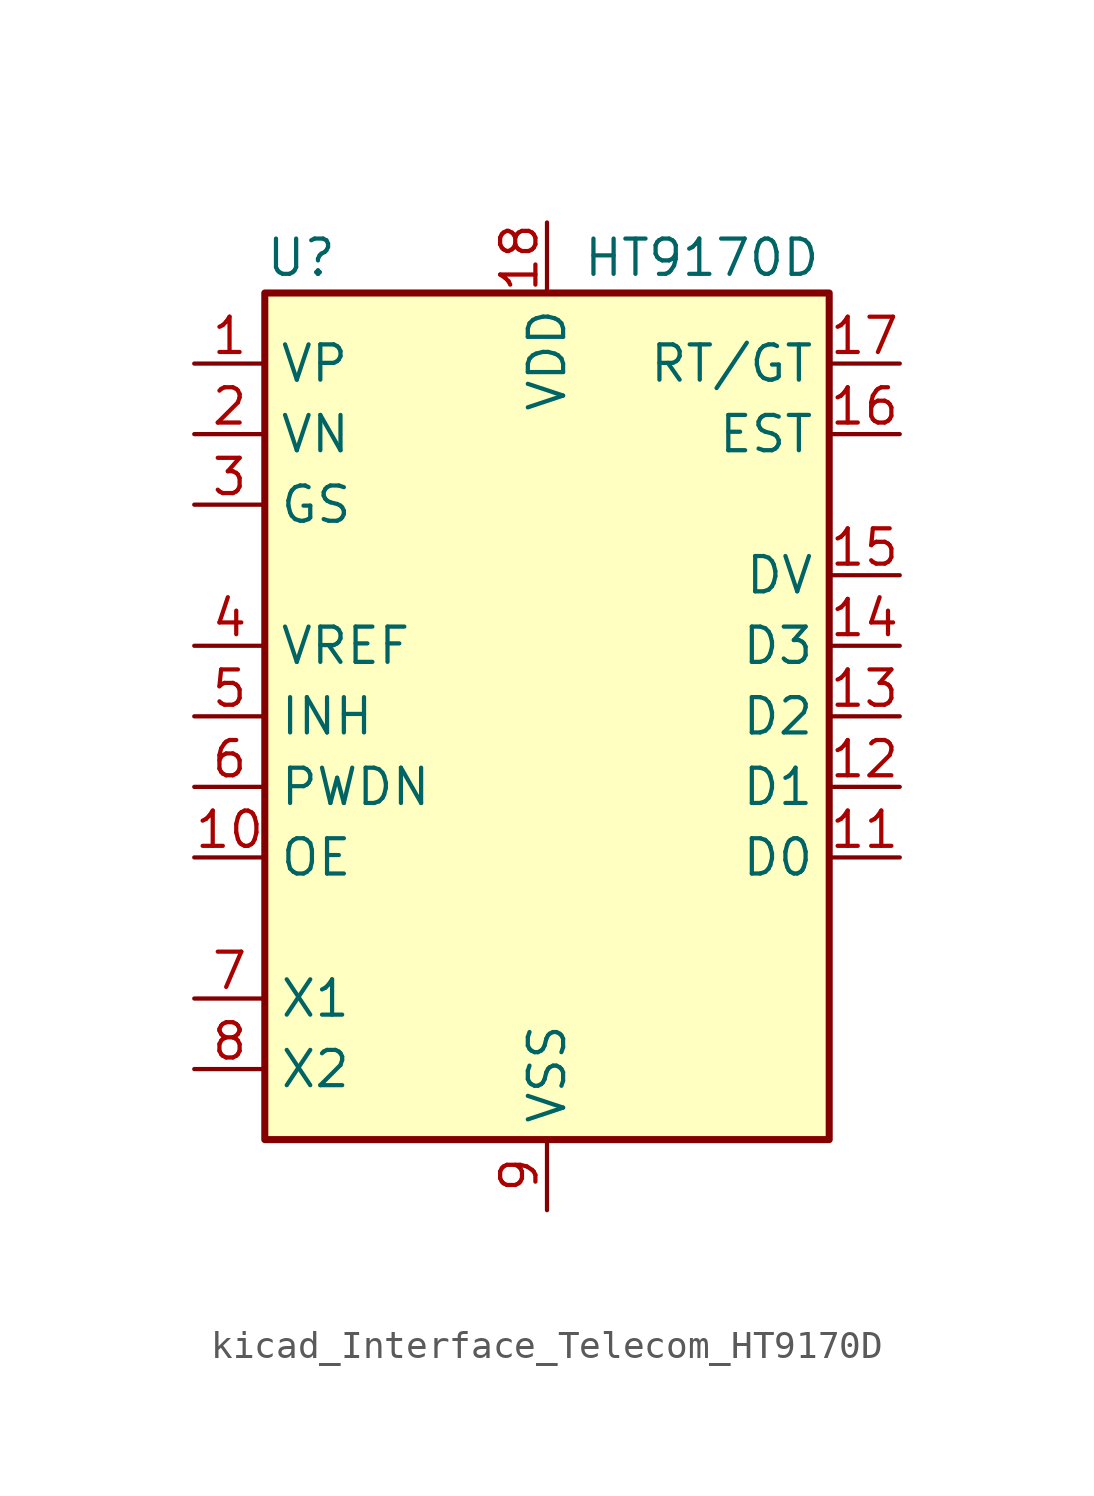
<source format=kicad_sym>
(kicad_symbol_lib
  (version 20220914)
  (generator kicad_symbol_editor)
  (symbol "kicad_Interface_Telecom_HT9170D"
    (property "Reference" "U"
      (at -10.16 16.51 0)
      (effects (font (size 1.27 1.27)) (justify left)))
    (property "Value" "HT9170D"
      (at 1.27 16.51 0)
      (effects (font (size 1.27 1.27)) (justify left)))
    (symbol "kicad_Interface_Telecom_HT9170D_0_1"
      (rectangle (start -10.16 15.24) (end 10.16 -15.24) (stroke (width 0.254) (type default)) (fill (type background))))
    (symbol "kicad_Interface_Telecom_HT9170D_1_1"
      (pin input line (at -12.7 12.7 0) (length 2.54) (name "VP" (effects (font (size 1.27 1.27)))) (number "1" (effects (font (size 1.27 1.27)))))
      (pin input line (at -12.7 -5.08 0) (length 2.54) (name "OE" (effects (font (size 1.27 1.27)))) (number "10" (effects (font (size 1.27 1.27)))))
      (pin tri_state line (at 12.7 -5.08 180) (length 2.54) (name "D0" (effects (font (size 1.27 1.27)))) (number "11" (effects (font (size 1.27 1.27)))))
      (pin tri_state line (at 12.7 -2.54 180) (length 2.54) (name "D1" (effects (font (size 1.27 1.27)))) (number "12" (effects (font (size 1.27 1.27)))))
      (pin tri_state line (at 12.7 0 180) (length 2.54) (name "D2" (effects (font (size 1.27 1.27)))) (number "13" (effects (font (size 1.27 1.27)))))
      (pin tri_state line (at 12.7 2.54 180) (length 2.54) (name "D3" (effects (font (size 1.27 1.27)))) (number "14" (effects (font (size 1.27 1.27)))))
      (pin output line (at 12.7 5.08 180) (length 2.54) (name "DV" (effects (font (size 1.27 1.27)))) (number "15" (effects (font (size 1.27 1.27)))))
      (pin output line (at 12.7 10.16 180) (length 2.54) (name "EST" (effects (font (size 1.27 1.27)))) (number "16" (effects (font (size 1.27 1.27)))))
      (pin bidirectional line (at 12.7 12.7 180) (length 2.54) (name "RT/GT" (effects (font (size 1.27 1.27)))) (number "17" (effects (font (size 1.27 1.27)))))
      (pin power_in line (at 0 17.78 270) (length 2.54) (name "VDD" (effects (font (size 1.27 1.27)))) (number "18" (effects (font (size 1.27 1.27)))))
      (pin input line (at -12.7 10.16 0) (length 2.54) (name "VN" (effects (font (size 1.27 1.27)))) (number "2" (effects (font (size 1.27 1.27)))))
      (pin output line (at -12.7 7.62 0) (length 2.54) (name "GS" (effects (font (size 1.27 1.27)))) (number "3" (effects (font (size 1.27 1.27)))))
      (pin power_out line (at -12.7 2.54 0) (length 2.54) (name "VREF" (effects (font (size 1.27 1.27)))) (number "4" (effects (font (size 1.27 1.27)))))
      (pin input line (at -12.7 0 0) (length 2.54) (name "INH" (effects (font (size 1.27 1.27)))) (number "5" (effects (font (size 1.27 1.27)))))
      (pin input line (at -12.7 -2.54 0) (length 2.54) (name "PWDN" (effects (font (size 1.27 1.27)))) (number "6" (effects (font (size 1.27 1.27)))))
      (pin input line (at -12.7 -10.16 0) (length 2.54) (name "X1" (effects (font (size 1.27 1.27)))) (number "7" (effects (font (size 1.27 1.27)))))
      (pin output line (at -12.7 -12.7 0) (length 2.54) (name "X2" (effects (font (size 1.27 1.27)))) (number "8" (effects (font (size 1.27 1.27)))))
      (pin power_in line (at 0 -17.78 90) (length 2.54) (name "VSS" (effects (font (size 1.27 1.27)))) (number "9" (effects (font (size 1.27 1.27))))))))
</source>
